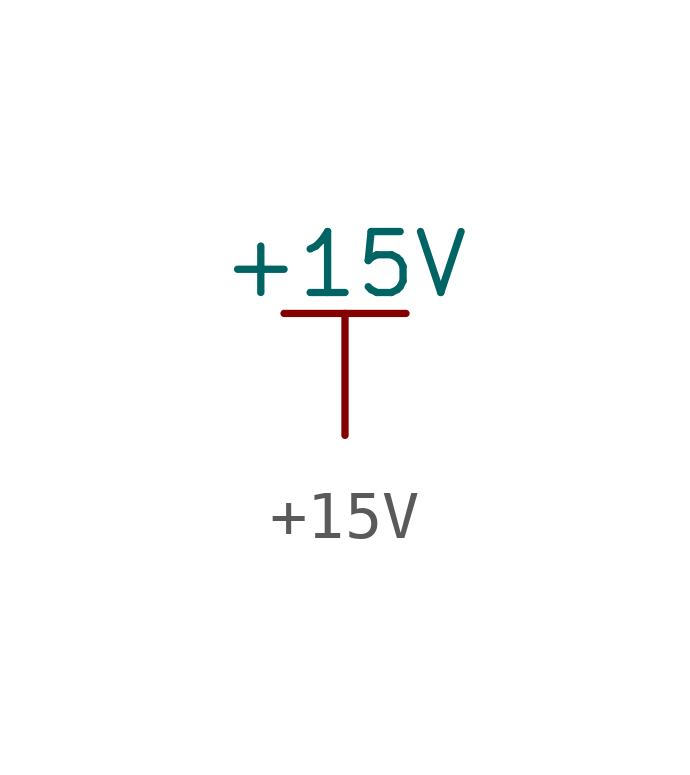
<source format=kicad_sym>
(kicad_symbol_lib
  (version 20220914)
  (generator kicad_symbol_editor)
  (symbol "+15V"
    (power)
    (pin_names
      (offset 0))
    (property "Reference" "#PWR"
      (at 0 -3.81 0)
      (effects (font (size 1.27 1.27)) hide))
    (property "Value" "+15V"
      (at 0 3.556 0)
      (effects (font (size 1.27 1.27))))
    (symbol "+15V_0_1"
      (polyline (pts (xy -1.27 2.54) (xy 1.27 2.54)) (stroke (width 0) (type solid)) (fill (type none)))
      (polyline (pts (xy 0 0) (xy 0 2.54)) (stroke (width 0) (type solid)) (fill (type none))))
    (symbol "+15V_1_1"
      (pin power_in line (at 0 0 90) (length 0) hide (name "+15V" (effects (font (size 1.27 1.27)))) (number "1" (effects (font (size 1.27 1.27))))))))
</source>
